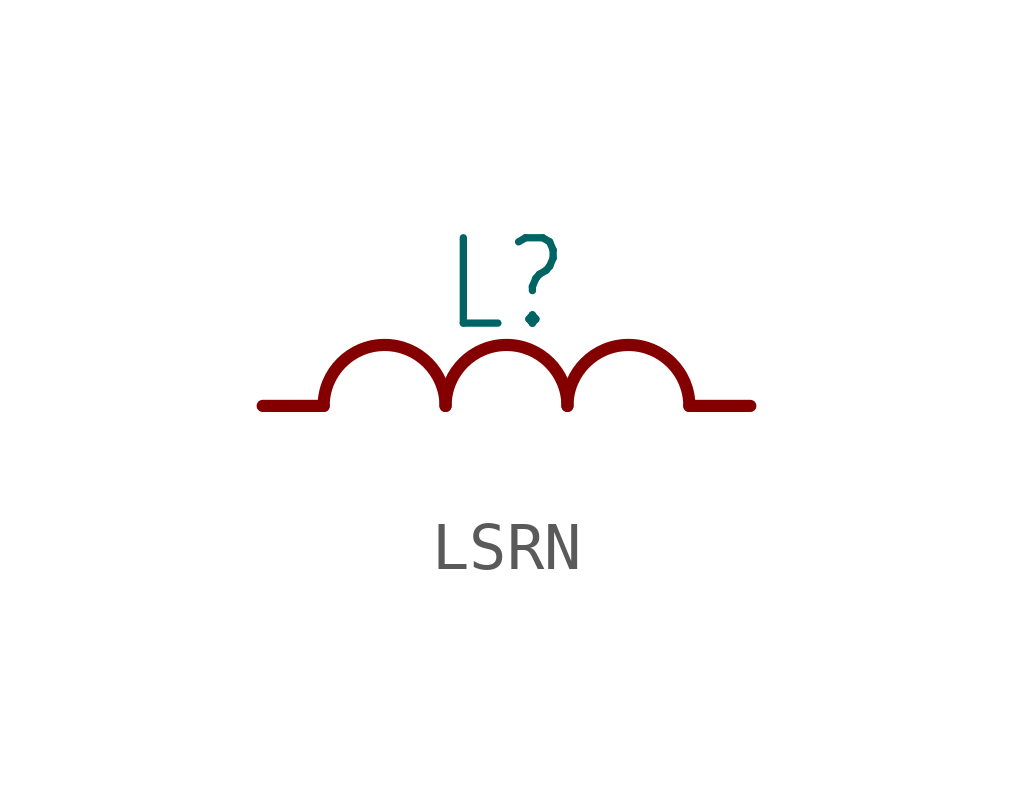
<source format=kicad_sym>
(kicad_symbol_lib
  (version 20231120)
  (generator "kicad_symbol_editor")
  (generator_version "8.0")
  (symbol "LSRN"
    (property "Reference" "L"
      (at 0 2.54 0)
      (effects (font (size 1.778 1.511))))
    (property "Value" ""
      (at 0 -1.27 0)
      (effects (font (size 1.778 1.511))))
    (property "ki_locked" ""
      (at 0 0 0)
      (effects (font (size 1.27 1.27))))
    (symbol "LSRN_1_0"
      (arc (start -1.27 0) (mid -2.54 1.27) (end -3.81 0) (stroke (width 0.254) (type solid)) (fill (type none)))
      (polyline (pts (xy -5.08 0) (xy -3.81 0)) (stroke (width 0.254) (type solid)) (fill (type none)))
      (polyline (pts (xy 3.81 0) (xy 5.08 0)) (stroke (width 0.254) (type solid)) (fill (type none)))
      (arc (start 1.27 0) (mid 0 1.27) (end -1.27 0) (stroke (width 0.254) (type solid)) (fill (type none)))
      (arc (start 3.81 0) (mid 2.54 1.27) (end 1.27 0) (stroke (width 0.254) (type solid)) (fill (type none)))
      (pin passive line (at -5.08 0 0) (length 0) (name "1" (effects (font (size 0 0)))) (number "1" (effects (font (size 0 0)))))
      (pin passive line (at 5.08 0 180) (length 0) (name "2" (effects (font (size 0 0)))) (number "2" (effects (font (size 0 0))))))))
</source>
